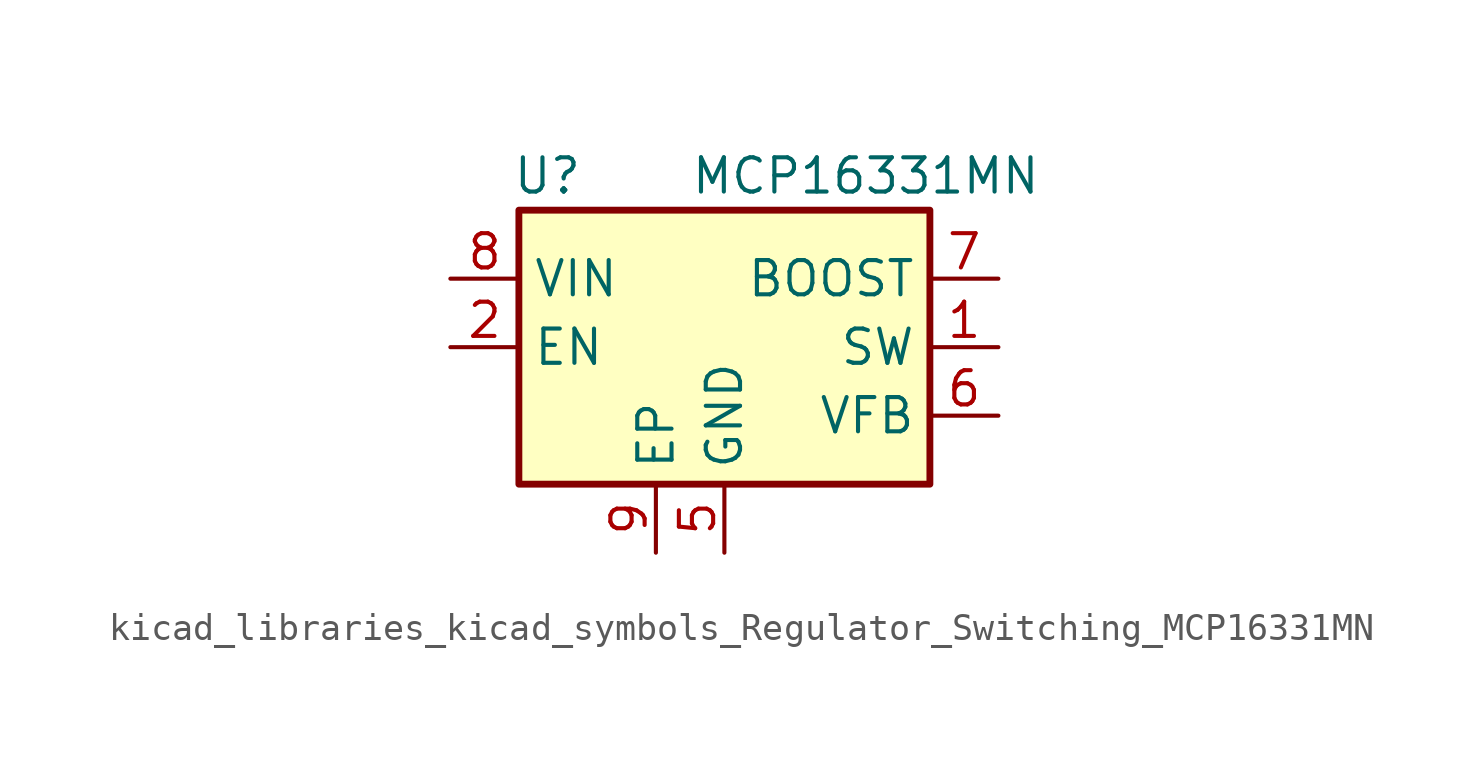
<source format=kicad_sym>
(kicad_symbol_lib
  (version 20220914)
  (generator kicad_symbol_editor)
  (symbol "kicad_libraries_kicad_symbols_Regulator_Switching_MCP16331MN"
    (property "Reference" "U"
      (at -7.874 6.35 0)
      (effects (font (size 1.27 1.27)) (justify left)))
    (property "Value" "MCP16331MN"
      (at -1.27 6.35 0)
      (effects (font (size 1.27 1.27)) (justify left)))
    (symbol "kicad_libraries_kicad_symbols_Regulator_Switching_MCP16331MN_0_1"
      (rectangle (start -7.62 5.08) (end 7.62 -5.08) (stroke (width 0.254) (type default)) (fill (type background))))
    (symbol "kicad_libraries_kicad_symbols_Regulator_Switching_MCP16331MN_1_1"
      (pin output line (at 10.16 0 180) (length 2.54) (name "SW" (effects (font (size 1.27 1.27)))) (number "1" (effects (font (size 1.27 1.27)))))
      (pin input line (at -10.16 0 0) (length 2.54) (name "EN" (effects (font (size 1.27 1.27)))) (number "2" (effects (font (size 1.27 1.27)))))
      (pin no_connect line (at 2.54 -5.08 90) (length 2.54) hide (name "NC" (effects (font (size 1.27 1.27)))) (number "3" (effects (font (size 1.27 1.27)))))
      (pin no_connect line (at -7.62 -2.54 0) (length 2.54) hide (name "NC" (effects (font (size 1.27 1.27)))) (number "4" (effects (font (size 1.27 1.27)))))
      (pin power_in line (at 0 -7.62 90) (length 2.54) (name "GND" (effects (font (size 1.27 1.27)))) (number "5" (effects (font (size 1.27 1.27)))))
      (pin input line (at 10.16 -2.54 180) (length 2.54) (name "VFB" (effects (font (size 1.27 1.27)))) (number "6" (effects (font (size 1.27 1.27)))))
      (pin input line (at 10.16 2.54 180) (length 2.54) (name "BOOST" (effects (font (size 1.27 1.27)))) (number "7" (effects (font (size 1.27 1.27)))))
      (pin power_in line (at -10.16 2.54 0) (length 2.54) (name "VIN" (effects (font (size 1.27 1.27)))) (number "8" (effects (font (size 1.27 1.27)))))
      (pin power_in line (at -2.54 -7.62 90) (length 2.54) (name "EP" (effects (font (size 1.27 1.27)))) (number "9" (effects (font (size 1.27 1.27))))))))
</source>
